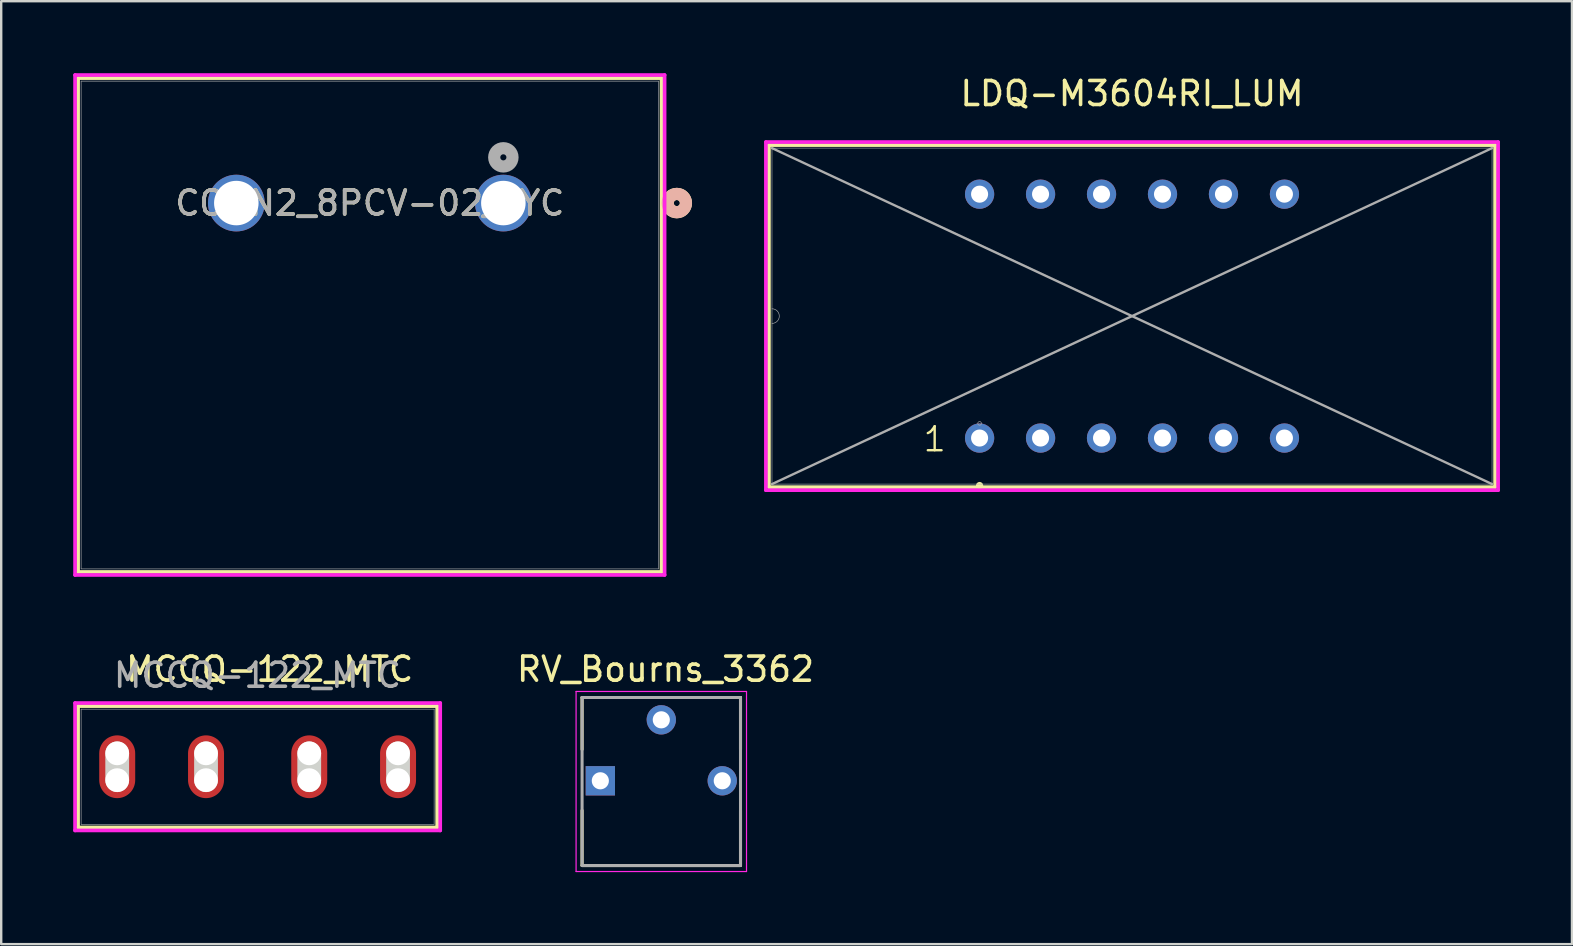
<source format=kicad_pcb>
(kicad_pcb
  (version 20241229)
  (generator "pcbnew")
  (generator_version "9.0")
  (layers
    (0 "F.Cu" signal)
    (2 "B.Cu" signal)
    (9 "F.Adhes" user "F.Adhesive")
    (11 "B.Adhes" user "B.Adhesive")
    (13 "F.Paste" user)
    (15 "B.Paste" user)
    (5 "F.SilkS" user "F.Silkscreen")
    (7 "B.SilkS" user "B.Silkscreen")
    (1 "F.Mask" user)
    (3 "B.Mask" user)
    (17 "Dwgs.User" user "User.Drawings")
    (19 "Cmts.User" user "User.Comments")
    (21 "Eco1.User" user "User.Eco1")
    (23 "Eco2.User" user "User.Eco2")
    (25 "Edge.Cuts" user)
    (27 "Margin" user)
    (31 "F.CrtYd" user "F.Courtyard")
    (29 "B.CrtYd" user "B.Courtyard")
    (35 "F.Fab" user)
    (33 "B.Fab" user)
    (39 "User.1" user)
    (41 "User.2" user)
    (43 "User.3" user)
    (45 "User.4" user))
  (footprint "MCCQ-122_MTC"
    (layer "F.Cu")
    (at 1.833 28.893)
    (property "Reference" "MCCQ-122_MTC" (at 6.35 -4.064 0) (unlocked yes) (layer "F.SilkS") (effects (font (size 1 1) (thickness 0.15))))
    (attr smd)
    (fp_line (start -1.63 -2.527) (end -1.63 2.527) (stroke (width 0.152) (type solid)) (layer "F.SilkS"))
    (fp_line (start -1.63 2.527) (end 13.33 2.527) (stroke (width 0.152) (type solid)) (layer "F.SilkS"))
    (fp_line (start 13.33 -2.527) (end -1.63 -2.527) (stroke (width 0.152) (type solid)) (layer "F.SilkS"))
    (fp_line (start 13.33 2.527) (end 13.33 -2.527) (stroke (width 0.152) (type solid)) (layer "F.SilkS"))
    (fp_line (start 0.000003 0.559) (end 0.000003 -0.559) (stroke (width 0.991) (type solid)) (layer "Edge.Cuts"))
    (fp_line (start 3.7 0.559) (end 3.7 -0.559) (stroke (width 0.991) (type solid)) (layer "Edge.Cuts"))
    (fp_line (start 8 0.559) (end 8 -0.559) (stroke (width 0.991) (type solid)) (layer "Edge.Cuts"))
    (fp_line (start 11.7 0.559) (end 11.7 -0.559) (stroke (width 0.991) (type solid)) (layer "Edge.Cuts"))
    (fp_line (start -1.757 -2.654) (end -1.757 2.654) (stroke (width 0.152) (type solid)) (layer "F.CrtYd"))
    (fp_line (start -1.757 2.654) (end 13.457 2.654) (stroke (width 0.152) (type solid)) (layer "F.CrtYd"))
    (fp_line (start 13.457 -2.654) (end -1.757 -2.654) (stroke (width 0.152) (type solid)) (layer "F.CrtYd"))
    (fp_line (start 13.457 2.654) (end 13.457 -2.654) (stroke (width 0.152) (type solid)) (layer "F.CrtYd"))
    (fp_line (start -1.503 -2.4) (end -1.503 2.4) (stroke (width 0.025) (type solid)) (layer "F.Fab"))
    (fp_line (start -1.503 2.4) (end 13.203 2.4) (stroke (width 0.025) (type solid)) (layer "F.Fab"))
    (fp_line (start 13.203 -2.4) (end -1.503 -2.4) (stroke (width 0.025) (type solid)) (layer "F.Fab"))
    (fp_line (start 13.203 2.4) (end 13.203 -2.4) (stroke (width 0.025) (type solid)) (layer "F.Fab"))
    (fp_text user "${REFERENCE}" (at 5.842 -3.81 0) (unlocked yes) (layer "F.Fab") (effects (font (size 1 1) (thickness 0.15))))
    (pad "" np_thru_hole circle (at 0.000003 -0.559) (size 0.991 0.991) (drill 0.991) (layers "*.Cu" "*.Mask"))
    (pad "" np_thru_hole circle (at 0.000003 0.559) (size 0.991 0.991) (drill 0.991) (layers "*.Cu" "*.Mask"))
    (pad "" np_thru_hole circle (at 3.7 -0.559) (size 0.991 0.991) (drill 0.991) (layers "*.Cu" "*.Mask"))
    (pad "" np_thru_hole circle (at 3.7 0.559) (size 0.991 0.991) (drill 0.991) (layers "*.Cu" "*.Mask"))
    (pad "" np_thru_hole circle (at 8 -0.559) (size 0.991 0.991) (drill 0.991) (layers "*.Cu" "*.Mask"))
    (pad "" np_thru_hole circle (at 8 0.559) (size 0.991 0.991) (drill 0.991) (layers "*.Cu" "*.Mask"))
    (pad "" np_thru_hole circle (at 11.7 -0.559) (size 0.991 0.991) (drill 0.991) (layers "*.Cu" "*.Mask"))
    (pad "" np_thru_hole circle (at 11.7 0.559) (size 0.991 0.991) (drill 0.991) (layers "*.Cu" "*.Mask"))
    (pad "1" smd oval (at 0.000003 0) (size 1.499 2.616) (layers "F.Cu" "F.Mask" "F.Paste"))
    (pad "2" smd oval (at 3.7 0) (size 1.499 2.616) (layers "F.Cu" "F.Mask" "F.Paste"))
    (pad "3" smd oval (at 8 0) (size 1.499 2.616) (layers "F.Cu" "F.Mask" "F.Paste"))
    (pad "4" smd oval (at 11.7 0) (size 1.499 2.616) (layers "F.Cu" "F.Mask" "F.Paste")))
  (footprint "CONN2_8PCV-02_TYC"
    (layer "F.Cu")
    (at 17.92 5.41)
    (property "Reference" "CONN2_8PCV-02_TYC" (at -5.563 0 0) (unlocked yes) (layer "F.SilkS") (effects (font (size 1 1) (thickness 0.15))))
    (attr through_hole)
    (fp_line (start -17.716 -5.207) (end -17.716 15.367) (stroke (width 0.152) (type solid)) (layer "F.SilkS"))
    (fp_line (start -17.716 15.367) (end 6.591 15.367) (stroke (width 0.152) (type solid)) (layer "F.SilkS"))
    (fp_line (start 6.591 -5.207) (end -17.716 -5.207) (stroke (width 0.152) (type solid)) (layer "F.SilkS"))
    (fp_line (start 6.591 15.367) (end 6.591 -5.207) (stroke (width 0.152) (type solid)) (layer "F.SilkS"))
    (fp_circle (center 7.226 0) (end 7.607 0) (stroke (width 0.508) (type solid)) (fill no) (layer "F.SilkS"))
    (fp_circle (center 7.226 0) (end 7.607 0) (stroke (width 0.508) (type solid)) (fill no) (layer "B.SilkS"))
    (fp_line (start -17.843 -5.334) (end -17.843 15.494) (stroke (width 0.152) (type solid)) (layer "F.CrtYd"))
    (fp_line (start -17.843 15.494) (end 6.718 15.494) (stroke (width 0.152) (type solid)) (layer "F.CrtYd"))
    (fp_line (start 6.718 -5.334) (end -17.843 -5.334) (stroke (width 0.152) (type solid)) (layer "F.CrtYd"))
    (fp_line (start 6.718 15.494) (end 6.718 -5.334) (stroke (width 0.152) (type solid)) (layer "F.CrtYd"))
    (fp_line (start -17.59 -5.08) (end -17.59 15.24) (stroke (width 0.025) (type solid)) (layer "F.Fab"))
    (fp_line (start -17.59 15.24) (end 6.464 15.24) (stroke (width 0.025) (type solid)) (layer "F.Fab"))
    (fp_line (start 6.464 -5.08) (end -17.59 -5.08) (stroke (width 0.025) (type solid)) (layer "F.Fab"))
    (fp_line (start 6.464 15.24) (end 6.464 -5.08) (stroke (width 0.025) (type solid)) (layer "F.Fab"))
    (fp_circle (center 0 -1.905) (end 0.381 -1.905) (stroke (width 0.508) (type solid)) (fill no) (layer "F.Fab"))
    (fp_text user "${REFERENCE}" (at -5.563 0 0) (unlocked yes) (layer "F.Fab") (effects (font (size 1 1) (thickness 0.15))))
    (pad "1" thru_hole circle (at 0 0) (size 2.362 2.362) (drill 1.854) (layers "*.Cu" "*.Mask"))
    (pad "2" thru_hole circle (at -11.125 0) (size 2.362 2.362) (drill 1.854) (layers "*.Cu" "*.Mask")))
  (footprint "LDQ-M3604RI_LUM"
    (layer "F.Cu")
    (at 44.11 10.119)
    (property "Reference" "LDQ-M3604RI_LUM" (at 0 -9.271 0) (unlocked yes) (layer "F.SilkS") (effects (font (size 1 1) (thickness 0.15))))
    (attr through_hole)
    (fp_line (start -15.126 -7.125) (end -15.126 7.125) (stroke (width 0.152) (type solid)) (layer "F.SilkS"))
    (fp_line (start -15.126 7.125) (end 15.126 7.125) (stroke (width 0.152) (type solid)) (layer "F.SilkS"))
    (fp_line (start 15.126 -7.125) (end -15.126 -7.125) (stroke (width 0.152) (type solid)) (layer "F.SilkS"))
    (fp_line (start 15.126 7.125) (end 15.126 -7.125) (stroke (width 0.152) (type solid)) (layer "F.SilkS"))
    (fp_circle (center -6.35 7.061) (end -6.35 6.985) (stroke (width 0.152) (type solid)) (fill no) (layer "F.SilkS"))
    (fp_line (start -15.253 -7.252) (end 15.253 -7.252) (stroke (width 0.152) (type solid)) (layer "F.CrtYd"))
    (fp_line (start -15.253 7.252) (end -15.253 -7.252) (stroke (width 0.152) (type solid)) (layer "F.CrtYd"))
    (fp_line (start 15.253 -7.252) (end 15.253 7.252) (stroke (width 0.152) (type solid)) (layer "F.CrtYd"))
    (fp_line (start 15.253 7.252) (end -15.253 7.252) (stroke (width 0.152) (type solid)) (layer "F.CrtYd"))
    (fp_line (start -14.999 -6.998) (end -14.999 6.998) (stroke (width 0.025) (type solid)) (layer "F.Fab"))
    (fp_line (start -14.999 -6.998) (end 14.999 6.998) (stroke (width 0.1) (type default)) (layer "F.Fab"))
    (fp_line (start -14.999 6.998) (end 14.999 -6.998) (stroke (width 0.1) (type default)) (layer "F.Fab"))
    (fp_line (start -14.999 6.998) (end 14.999 6.998) (stroke (width 0.025) (type solid)) (layer "F.Fab"))
    (fp_line (start 14.999 -6.998) (end -14.999 -6.998) (stroke (width 0.025) (type solid)) (layer "F.Fab"))
    (fp_line (start 14.999 6.998) (end 14.999 -6.998) (stroke (width 0.025) (type solid)) (layer "F.Fab"))
    (fp_arc (start -14.9987 -0.3048) (mid -14.6939 0) (end -14.9987 0.3048) (stroke (width 0.0254) (type solid)) (layer "F.Fab"))
    (fp_circle (center -6.35 4.47) (end -6.35 4.394) (stroke (width 0.025) (type solid)) (fill no) (layer "F.Fab"))
    (fp_text user "1" (at -8.763 5.715 0) (unlocked yes) (layer "F.SilkS") (effects (font (size 1 1) (thickness 0.1)) (justify left bottom)))
    (pad "1" thru_hole circle (at -6.35 5.08 90) (size 1.219 1.219) (drill 0.711) (layers "*.Cu" "*.Mask"))
    (pad "2" thru_hole circle (at -3.81 5.08 90) (size 1.219 1.219) (drill 0.711) (layers "*.Cu" "*.Mask"))
    (pad "3" thru_hole circle (at -1.27 5.08 90) (size 1.219 1.219) (drill 0.711) (layers "*.Cu" "*.Mask"))
    (pad "4" thru_hole circle (at 1.27 5.08 90) (size 1.219 1.219) (drill 0.711) (layers "*.Cu" "*.Mask"))
    (pad "5" thru_hole circle (at 3.81 5.08 90) (size 1.219 1.219) (drill 0.711) (layers "*.Cu" "*.Mask"))
    (pad "6" thru_hole circle (at 6.35 5.08 90) (size 1.219 1.219) (drill 0.711) (layers "*.Cu" "*.Mask"))
    (pad "7" thru_hole circle (at 6.35 -5.08 90) (size 1.219 1.219) (drill 0.711) (layers "*.Cu" "*.Mask"))
    (pad "8" thru_hole circle (at 3.81 -5.08 90) (size 1.219 1.219) (drill 0.711) (layers "*.Cu" "*.Mask"))
    (pad "9" thru_hole circle (at 1.27 -5.08 90) (size 1.219 1.219) (drill 0.711) (layers "*.Cu" "*.Mask"))
    (pad "10" thru_hole circle (at -1.27 -5.08 90) (size 1.219 1.219) (drill 0.711) (layers "*.Cu" "*.Mask"))
    (pad "11" thru_hole circle (at -3.81 -5.08 90) (size 1.219 1.219) (drill 0.711) (layers "*.Cu" "*.Mask"))
    (pad "12" thru_hole circle (at -6.35 -5.08 90) (size 1.219 1.219) (drill 0.711) (layers "*.Cu" "*.Mask")))
  (footprint "RV_Bourns_3362"
    (layer "F.Cu")
    (at 24.5 29.478)
    (property "Reference" "RV_Bourns_3362" (at 0.175 -4.648 0) (layer "F.SilkS") (effects (font (size 1.003 1.003) (thickness 0.15))))
    (attr through_hole)
    (fp_line (start -3.3 -3.47) (end 3.3 -3.47) (stroke (width 0.127) (type solid)) (layer "F.SilkS"))
    (fp_line (start -3.3 -1.305) (end -3.3 -3.47) (stroke (width 0.127) (type solid)) (layer "F.SilkS"))
    (fp_line (start -3.3 3.52) (end -3.3 1.235) (stroke (width 0.127) (type solid)) (layer "F.SilkS"))
    (fp_line (start 3.3 -3.47) (end 3.3 -1.305) (stroke (width 0.127) (type solid)) (layer "F.SilkS"))
    (fp_line (start 3.3 1.235) (end 3.3 3.52) (stroke (width 0.127) (type solid)) (layer "F.SilkS"))
    (fp_line (start 3.3 3.53) (end -3.3 3.53) (stroke (width 0.127) (type solid)) (layer "F.SilkS"))
    (fp_line (start -3.55 -3.72) (end 3.55 -3.72) (stroke (width 0.05) (type solid)) (layer "F.CrtYd"))
    (fp_line (start -3.55 3.78) (end -3.55 -3.72) (stroke (width 0.05) (type solid)) (layer "F.CrtYd"))
    (fp_line (start 3.55 -3.72) (end 3.55 3.78) (stroke (width 0.05) (type solid)) (layer "F.CrtYd"))
    (fp_line (start 3.55 3.78) (end -3.55 3.78) (stroke (width 0.05) (type solid)) (layer "F.CrtYd"))
    (fp_line (start -3.3 -3.47) (end 3.3 -3.47) (stroke (width 0.127) (type solid)) (layer "F.Fab"))
    (fp_line (start -3.3 3.53) (end -3.3 -3.47) (stroke (width 0.127) (type solid)) (layer "F.Fab"))
    (fp_line (start 3.3 -3.47) (end 3.3 3.53) (stroke (width 0.127) (type solid)) (layer "F.Fab"))
    (fp_line (start 3.3 3.53) (end -3.3 3.53) (stroke (width 0.127) (type solid)) (layer "F.Fab"))
    (pad "1" thru_hole rect (at -2.54 0) (size 1.222 1.222) (drill 0.714) (layers "*.Cu" "*.Mask"))
    (pad "2" thru_hole circle (at 0 -2.54) (size 1.222 1.222) (drill 0.714) (layers "*.Cu" "*.Mask"))
    (pad "3" thru_hole circle (at 2.54 0) (size 1.222 1.222) (drill 0.714) (layers "*.Cu" "*.Mask")))
  (gr_rect
    (start -3 -3)
    (end 62.439 36.283)
    (stroke (width 0.1) (type default))
    (fill no)
    (layer "Edge.Cuts")))
</source>
